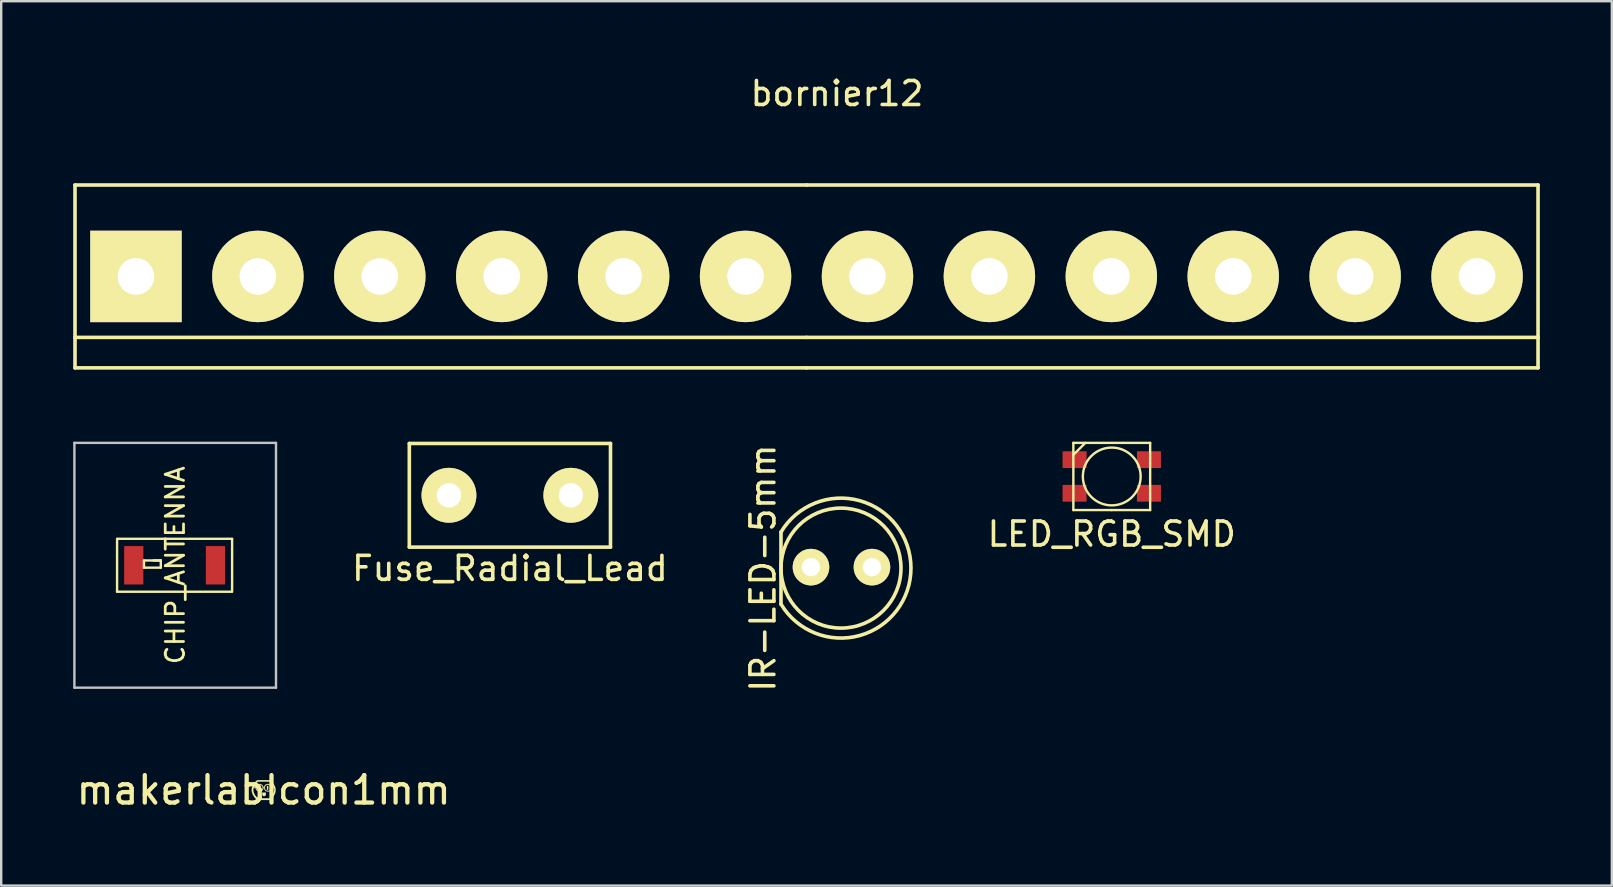
<source format=kicad_pcb>
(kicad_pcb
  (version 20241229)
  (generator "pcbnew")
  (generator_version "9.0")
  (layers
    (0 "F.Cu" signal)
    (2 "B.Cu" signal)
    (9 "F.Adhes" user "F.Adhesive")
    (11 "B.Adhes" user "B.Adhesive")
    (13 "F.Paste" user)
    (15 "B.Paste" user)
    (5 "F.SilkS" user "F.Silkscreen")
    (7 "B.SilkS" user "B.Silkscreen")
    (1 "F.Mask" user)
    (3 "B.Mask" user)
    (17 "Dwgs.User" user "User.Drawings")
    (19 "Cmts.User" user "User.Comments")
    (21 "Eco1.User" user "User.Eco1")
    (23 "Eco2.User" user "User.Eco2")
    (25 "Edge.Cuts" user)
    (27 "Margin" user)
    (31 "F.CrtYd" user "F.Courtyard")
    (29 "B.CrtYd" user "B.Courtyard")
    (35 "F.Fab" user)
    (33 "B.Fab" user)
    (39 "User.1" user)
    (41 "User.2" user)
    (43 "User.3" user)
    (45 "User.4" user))
  (footprint "IR-LED-5mm"
    (layer "F.Cu")
    (at 30.741 23.121)
    (property "Reference" "IR-LED-5mm" (at -2 -2.5 90) (layer "F.SilkS") (effects (font (size 1 1) (thickness 0.15))))
    (attr through_hole)
    (fp_line (start -1.25 -4) (end -1.25 -1) (stroke (width 0.15) (type solid)) (layer "F.SilkS"))
    (fp_arc (start -1.25 -4) (mid 4.165475 -2.501844) (end -1.2481 -0.996838) (stroke (width 0.15) (type solid)) (layer "F.SilkS"))
    (fp_circle (center 1.25 -2.5) (end 3.75 -2.5) (stroke (width 0.15) (type solid)) (fill no) (layer "F.SilkS"))
    (pad "1" thru_hole circle (at 0 -2.54) (size 1.524 1.524) (drill 0.762) (layers "*.Cu" "*.Mask" "F.SilkS"))
    (pad "2" thru_hole circle (at 2.54 -2.54) (size 1.524 1.524) (drill 0.762) (layers "*.Cu" "*.Mask" "F.SilkS")))
  (footprint "LED_RGB_SMD"
    (layer "F.Cu")
    (at 43.273 16.803)
    (property "Reference" "LED_RGB_SMD" (at 0 2.4 0) (layer "F.SilkS") (effects (font (size 1 1) (thickness 0.15))))
    (attr through_hole)
    (fp_line (start -1.6 -1.4) (end -1.6 1.4) (stroke (width 0.1) (type solid)) (layer "F.SilkS"))
    (fp_line (start -1.6 -0.9) (end -1.1 -1.4) (stroke (width 0.1) (type solid)) (layer "F.SilkS"))
    (fp_line (start 0 1.4) (end -1.6 1.4) (stroke (width 0.1) (type solid)) (layer "F.SilkS"))
    (fp_line (start 0 1.4) (end 1.6 1.4) (stroke (width 0.1) (type solid)) (layer "F.SilkS"))
    (fp_line (start 1.6 -1.4) (end -1.6 -1.4) (stroke (width 0.1) (type solid)) (layer "F.SilkS"))
    (fp_line (start 1.6 1.4) (end 1.6 -1.4) (stroke (width 0.1) (type solid)) (layer "F.SilkS"))
    (fp_circle (center 0 0) (end 0.9 -0.8) (stroke (width 0.1) (type solid)) (fill no) (layer "F.SilkS"))
    (pad "1" smd rect (at -1.55 -0.7) (size 1 0.7) (layers "F.Cu" "F.Mask" "F.Paste"))
    (pad "2" smd rect (at -1.55 0.7) (size 1 0.7) (layers "F.Cu" "F.Mask" "F.Paste"))
    (pad "3" smd rect (at 1.55 0.7) (size 1 0.7) (layers "F.Cu" "F.Mask" "F.Paste"))
    (pad "4" smd rect (at 1.55 -0.7) (size 1 0.7) (layers "F.Cu" "F.Mask" "F.Paste")))
  (footprint "CHIP_ANTENNA"
    (layer "F.Cu")
    (at 4.25 20.503)
    (property "Reference" "CHIP_ANTENNA" (at 0 0 90) (layer "F.SilkS") (effects (font (size 0.762 0.762) (thickness 0.114))))
    (attr through_hole)
    (fp_line (start -2.423 1.102) (end 2.362 1.102) (stroke (width 0.1) (type solid)) (layer "F.SilkS"))
    (fp_line (start -2.422 1.1) (end -2.422 -1.1) (stroke (width 0.1) (type solid)) (layer "F.SilkS"))
    (fp_line (start -2.418 -1.102) (end 2.367 -1.102) (stroke (width 0.1) (type solid)) (layer "F.SilkS"))
    (fp_line (start -1.3 -0.2) (end -0.6 -0.2) (stroke (width 0.1) (type solid)) (layer "F.SilkS"))
    (fp_line (start -1.3 0.1) (end -1.3 -0.2) (stroke (width 0.1) (type solid)) (layer "F.SilkS"))
    (fp_line (start -0.9 -0.2) (end -0.6 -0.2) (stroke (width 0.1) (type solid)) (layer "F.SilkS"))
    (fp_line (start -0.6 -0.2) (end -0.6 0.1) (stroke (width 0.1) (type solid)) (layer "F.SilkS"))
    (fp_line (start -0.6 0.1) (end -1.3 0.1) (stroke (width 0.1) (type solid)) (layer "F.SilkS"))
    (fp_line (start 2.371 -1.1) (end 2.371 1.1) (stroke (width 0.1) (type solid)) (layer "F.SilkS"))
    (fp_line (start -4.2 -5.1) (end -4.2 5.1) (stroke (width 0.1) (type solid)) (layer "Dwgs.User"))
    (fp_line (start -4.2 5.1) (end 4.2 5.1) (stroke (width 0.1) (type solid)) (layer "Dwgs.User"))
    (fp_line (start 4.2 -5.1) (end -4.2 -5.1) (stroke (width 0.1) (type solid)) (layer "Dwgs.User"))
    (fp_line (start 4.2 -5.1) (end 4.2 5.1) (stroke (width 0.1) (type solid)) (layer "Dwgs.User"))
    (pad "" smd rect (at 1.676 0) (size 0.8 1.6) (layers "F.Cu" "F.Mask" "F.Paste"))
    (pad "1" smd rect (at -1.727 0) (size 0.8 1.6) (layers "F.Cu" "F.Mask" "F.Paste")))
  (footprint "bornier12"
    (layer "F.Cu")
    (at 30.555 8.468)
    (property "Reference" "bornier12" (at 1.27 -7.62 0) (layer "F.SilkS") (effects (font (size 1 1) (thickness 0.15))))
    (attr through_hole)
    (fp_line (start -30.48 -3.81) (end -30.48 3.81) (stroke (width 0.15) (type solid)) (layer "F.SilkS"))
    (fp_line (start -30.48 -3.81) (end 0 -3.81) (stroke (width 0.15) (type solid)) (layer "F.SilkS"))
    (fp_line (start -30.48 2.54) (end 0 2.54) (stroke (width 0.15) (type solid)) (layer "F.SilkS"))
    (fp_line (start -30.48 3.81) (end 0 3.81) (stroke (width 0.15) (type solid)) (layer "F.SilkS"))
    (fp_line (start 0 -3.81) (end 30.48 -3.81) (stroke (width 0.15) (type solid)) (layer "F.SilkS"))
    (fp_line (start 0 2.54) (end 30.48 2.54) (stroke (width 0.15) (type solid)) (layer "F.SilkS"))
    (fp_line (start 30.48 -3.81) (end 30.48 3.81) (stroke (width 0.15) (type solid)) (layer "F.SilkS"))
    (fp_line (start 30.48 3.81) (end 0 3.81) (stroke (width 0.15) (type solid)) (layer "F.SilkS"))
    (pad "1" thru_hole rect (at -27.94 0) (size 3.81 3.81) (drill 1.524) (layers "*.Cu" "*.Mask" "F.SilkS"))
    (pad "2" thru_hole circle (at -22.86 0) (size 3.81 3.81) (drill 1.524) (layers "*.Cu" "*.Mask" "F.SilkS"))
    (pad "3" thru_hole circle (at -17.78 0) (size 3.81 3.81) (drill 1.524) (layers "*.Cu" "*.Mask" "F.SilkS"))
    (pad "4" thru_hole circle (at -12.7 0) (size 3.81 3.81) (drill 1.524) (layers "*.Cu" "*.Mask" "F.SilkS"))
    (pad "5" thru_hole circle (at -7.62 0) (size 3.81 3.81) (drill 1.524) (layers "*.Cu" "*.Mask" "F.SilkS"))
    (pad "6" thru_hole circle (at -2.54 0) (size 3.81 3.81) (drill 1.524) (layers "*.Cu" "*.Mask" "F.SilkS"))
    (pad "7" thru_hole circle (at 2.54 0) (size 3.81 3.81) (drill 1.524) (layers "*.Cu" "*.Mask" "F.SilkS"))
    (pad "8" thru_hole circle (at 7.62 0) (size 3.81 3.81) (drill 1.524) (layers "*.Cu" "*.Mask" "F.SilkS"))
    (pad "9" thru_hole circle (at 12.7 0) (size 3.81 3.81) (drill 1.524) (layers "*.Cu" "*.Mask" "F.SilkS"))
    (pad "10" thru_hole circle (at 17.78 0) (size 3.81 3.81) (drill 1.524) (layers "*.Cu" "*.Mask" "F.SilkS"))
    (pad "11" thru_hole circle (at 22.86 0) (size 3.81 3.81) (drill 1.524) (layers "*.Cu" "*.Mask" "F.SilkS"))
    (pad "12" thru_hole circle (at 27.94 0) (size 3.81 3.81) (drill 1.524) (layers "*.Cu" "*.Mask" "F.SilkS")))
  (footprint "makerlabIcon1mm"
    (layer "F.Cu")
    (at 7.936 29.87)
    (property "Reference" "makerlabIcon1mm" (at 0 0 0) (layer "F.SilkS") (effects (font (size 1.143 1.143) (thickness 0.178))))
    (attr through_hole)
    (fp_poly (pts (xy -0.132 0.003) (xy -0.16 0.003) (xy -0.188 0.003) (xy -0.188 -0.094) (xy -0.188 -0.193) (xy -0.16 -0.193) (xy -0.132 -0.193) (xy -0.132 -0.094) (xy -0.132 0.003)) (stroke (width 0.003) (type solid)) (fill yes) (layer "F.SilkS"))
    (fp_poly (pts (xy 0.191 -0.013) (xy 0.163 -0.013) (xy 0.137 -0.013) (xy 0.137 -0.091) (xy 0.137 -0.173) (xy 0.163 -0.173) (xy 0.191 -0.173) (xy 0.191 -0.094) (xy 0.191 -0.013)) (stroke (width 0.003) (type solid)) (fill yes) (layer "F.SilkS"))
    (fp_poly (pts (xy 0.091 0.102) (xy 0.091 0.15) (xy 0.091 0.198) (xy 0.086 0.211) (xy 0.079 0.221) (xy 0.069 0.234) (xy 0.058 0.241) (xy 0.046 0.249) (xy 0.041 0.251) (xy 0.028 0.251) (xy 0.015 0.254) (xy 0.005 0.251) (xy -0.005 0.249) (xy -0.02 0.244) (xy -0.033 0.236) (xy -0.043 0.226) (xy -0.051 0.213) (xy -0.056 0.201) (xy -0.056 0.198) (xy -0.056 0.193) (xy -0.056 0.191) (xy -0.058 0.185) (xy -0.058 0.178) (xy -0.058 0.17) (xy -0.058 0.16) (xy -0.058 0.147) (xy -0.058 0.102) (xy 0.018 0.102) (xy 0.091 0.102)) (stroke (width 0.003) (type solid)) (fill yes) (layer "F.SilkS"))
    (fp_poly (pts (xy 0.5 0.008) (xy 0.5 0.02) (xy 0.5 0.033) (xy 0.498 0.043) (xy 0.498 0.046) (xy 0.493 0.076) (xy 0.485 0.107) (xy 0.475 0.137) (xy 0.465 0.165) (xy 0.452 0.193) (xy 0.437 0.216) (xy 0.437 0.008) (xy 0.437 -0.005) (xy 0.437 -0.018) (xy 0.437 -0.033) (xy 0.434 -0.046) (xy 0.434 -0.056) (xy 0.434 -0.061) (xy 0.432 -0.066) (xy 0.432 -0.071) (xy 0.429 -0.076) (xy 0.429 -0.079) (xy 0.424 -0.079) (xy 0.419 -0.079) (xy 0.419 -0.114) (xy 0.419 -0.117) (xy 0.417 -0.124) (xy 0.411 -0.132) (xy 0.409 -0.14) (xy 0.404 -0.15) (xy 0.399 -0.16) (xy 0.396 -0.168) (xy 0.394 -0.173) (xy 0.373 -0.203) (xy 0.353 -0.234) (xy 0.33 -0.262) (xy 0.302 -0.29) (xy 0.274 -0.318) (xy 0.249 -0.338) (xy 0.236 -0.351) (xy -0.003 -0.351) (xy -0.239 -0.351) (xy -0.254 -0.338) (xy -0.259 -0.333) (xy -0.267 -0.325) (xy -0.274 -0.318) (xy -0.282 -0.31) (xy -0.292 -0.302) (xy -0.318 -0.274) (xy -0.34 -0.246) (xy -0.361 -0.218) (xy -0.378 -0.193) (xy -0.394 -0.165) (xy -0.406 -0.135) (xy -0.406 -0.132) (xy -0.409 -0.127) (xy -0.411 -0.122) (xy -0.414 -0.117) (xy -0.414 -0.114) (xy -0.409 -0.114) (xy -0.404 -0.114) (xy -0.396 -0.114) (xy -0.386 -0.114) (xy -0.378 -0.114) (xy -0.368 -0.114) (xy -0.358 -0.114) (xy -0.351 -0.114) (xy -0.343 -0.114) (xy -0.338 -0.114) (xy -0.333 -0.114) (xy -0.33 -0.119) (xy -0.33 -0.124) (xy -0.33 -0.127) (xy -0.323 -0.147) (xy -0.315 -0.168) (xy -0.305 -0.185) (xy -0.292 -0.201) (xy -0.277 -0.216) (xy -0.262 -0.229) (xy -0.241 -0.239) (xy -0.221 -0.246) (xy -0.211 -0.251) (xy -0.206 -0.251) (xy -0.201 -0.254) (xy -0.196 -0.254) (xy -0.191 -0.254) (xy -0.183 -0.254) (xy -0.173 -0.254) (xy -0.17 -0.254) (xy -0.163 -0.254) (xy -0.155 -0.254) (xy -0.147 -0.254) (xy -0.142 -0.254) (xy -0.14 -0.251) (xy -0.135 -0.251) (xy -0.13 -0.249) (xy -0.109 -0.244) (xy -0.089 -0.234) (xy -0.071 -0.221) (xy -0.056 -0.206) (xy -0.041 -0.191) (xy -0.03 -0.173) (xy -0.025 -0.165) (xy -0.023 -0.157) (xy -0.018 -0.147) (xy -0.015 -0.14) (xy -0.013 -0.13) (xy -0.01 -0.117) (xy -0.01 -0.114) (xy -0.008 -0.114) (xy -0.003 -0.114) (xy 0.003 -0.114) (xy 0.015 -0.114) (xy 0.015 -0.124) (xy 0.02 -0.145) (xy 0.028 -0.165) (xy 0.038 -0.183) (xy 0.051 -0.201) (xy 0.066 -0.216) (xy 0.081 -0.229) (xy 0.099 -0.239) (xy 0.104 -0.241) (xy 0.122 -0.249) (xy 0.142 -0.254) (xy 0.16 -0.257) (xy 0.183 -0.259) (xy 0.203 -0.257) (xy 0.224 -0.251) (xy 0.244 -0.244) (xy 0.262 -0.234) (xy 0.279 -0.221) (xy 0.29 -0.211) (xy 0.305 -0.196) (xy 0.315 -0.175) (xy 0.325 -0.157) (xy 0.333 -0.137) (xy 0.335 -0.119) (xy 0.338 -0.114) (xy 0.378 -0.114) (xy 0.419 -0.114) (xy 0.419 -0.079) (xy 0.411 -0.079) (xy 0.401 -0.079) (xy 0.391 -0.079) (xy 0.381 -0.079) (xy 0.371 -0.079) (xy 0.363 -0.079) (xy 0.353 -0.079) (xy 0.345 -0.079) (xy 0.34 -0.079) (xy 0.338 -0.079) (xy 0.335 -0.076) (xy 0.335 -0.074) (xy 0.335 -0.069) (xy 0.335 -0.066) (xy 0.33 -0.046) (xy 0.32 -0.025) (xy 0.31 -0.008) (xy 0.302 0.003) (xy 0.302 -0.094) (xy 0.302 -0.097) (xy 0.302 -0.104) (xy 0.302 -0.112) (xy 0.302 -0.119) (xy 0.3 -0.124) (xy 0.3 -0.127) (xy 0.292 -0.147) (xy 0.284 -0.163) (xy 0.272 -0.178) (xy 0.259 -0.193) (xy 0.244 -0.203) (xy 0.229 -0.211) (xy 0.218 -0.216) (xy 0.208 -0.221) (xy 0.198 -0.221) (xy 0.185 -0.224) (xy 0.175 -0.224) (xy 0.165 -0.224) (xy 0.16 -0.224) (xy 0.155 -0.221) (xy 0.15 -0.221) (xy 0.145 -0.221) (xy 0.142 -0.218) (xy 0.124 -0.213) (xy 0.112 -0.206) (xy 0.099 -0.198) (xy 0.089 -0.188) (xy 0.076 -0.175) (xy 0.066 -0.16) (xy 0.056 -0.142) (xy 0.051 -0.127) (xy 0.051 -0.117) (xy 0.048 -0.107) (xy 0.048 -0.094) (xy 0.048 -0.084) (xy 0.051 -0.074) (xy 0.051 -0.066) (xy 0.058 -0.048) (xy 0.066 -0.03) (xy 0.079 -0.015) (xy 0.091 -0.003) (xy 0.107 0.01) (xy 0.122 0.018) (xy 0.14 0.025) (xy 0.15 0.028) (xy 0.16 0.03) (xy 0.17 0.03) (xy 0.183 0.03) (xy 0.196 0.028) (xy 0.206 0.028) (xy 0.211 0.025) (xy 0.218 0.023) (xy 0.226 0.02) (xy 0.234 0.018) (xy 0.249 0.008) (xy 0.264 -0.005) (xy 0.277 -0.018) (xy 0.287 -0.036) (xy 0.295 -0.053) (xy 0.297 -0.064) (xy 0.3 -0.069) (xy 0.3 -0.074) (xy 0.302 -0.079) (xy 0.302 -0.084) (xy 0.302 -0.094) (xy 0.302 0.003) (xy 0.297 0.01) (xy 0.282 0.025) (xy 0.267 0.038) (xy 0.249 0.048) (xy 0.231 0.056) (xy 0.213 0.061) (xy 0.196 0.064) (xy 0.191 0.064) (xy 0.17 0.066) (xy 0.15 0.064) (xy 0.13 0.058) (xy 0.109 0.051) (xy 0.091 0.041) (xy 0.074 0.028) (xy 0.058 0.015) (xy 0.048 0.003) (xy 0.036 -0.018) (xy 0.025 -0.036) (xy 0.018 -0.056) (xy 0.018 -0.066) (xy 0.015 -0.079) (xy 0.003 -0.079) (xy -0.01 -0.079) (xy -0.01 -0.069) (xy -0.015 -0.051) (xy -0.02 -0.033) (xy -0.028 -0.018) (xy -0.036 -0.003) (xy -0.041 0.003) (xy -0.046 0.008) (xy -0.046 -0.091) (xy -0.046 -0.104) (xy -0.046 -0.114) (xy -0.046 -0.122) (xy -0.048 -0.124) (xy -0.053 -0.142) (xy -0.061 -0.157) (xy -0.074 -0.173) (xy -0.084 -0.185) (xy -0.099 -0.198) (xy -0.114 -0.208) (xy -0.132 -0.213) (xy -0.14 -0.216) (xy -0.152 -0.218) (xy -0.165 -0.221) (xy -0.178 -0.221) (xy -0.191 -0.218) (xy -0.203 -0.216) (xy -0.221 -0.211) (xy -0.239 -0.201) (xy -0.254 -0.191) (xy -0.267 -0.178) (xy -0.277 -0.163) (xy -0.287 -0.145) (xy -0.295 -0.127) (xy -0.295 -0.124) (xy -0.297 -0.114) (xy -0.297 -0.104) (xy -0.297 -0.091) (xy -0.297 -0.079) (xy -0.295 -0.066) (xy -0.295 -0.064) (xy -0.287 -0.043) (xy -0.279 -0.028) (xy -0.269 -0.013) (xy -0.257 0) (xy -0.241 0.013) (xy -0.226 0.02) (xy -0.208 0.028) (xy -0.198 0.03) (xy -0.193 0.033) (xy -0.185 0.033) (xy -0.178 0.033) (xy -0.168 0.033) (xy -0.157 0.033) (xy -0.15 0.033) (xy -0.142 0.03) (xy -0.137 0.028) (xy -0.135 0.028) (xy -0.117 0.023) (xy -0.102 0.013) (xy -0.086 0) (xy -0.074 -0.013) (xy -0.061 -0.028) (xy -0.053 -0.046) (xy -0.048 -0.061) (xy -0.046 -0.069) (xy -0.046 -0.079) (xy -0.046 -0.091) (xy -0.046 0.008) (xy -0.048 0.01) (xy -0.056 0.02) (xy -0.064 0.028) (xy -0.071 0.033) (xy -0.079 0.041) (xy -0.081 0.041) (xy -0.099 0.051) (xy -0.119 0.061) (xy -0.14 0.066) (xy -0.16 0.069) (xy -0.183 0.069) (xy -0.203 0.066) (xy -0.224 0.061) (xy -0.241 0.051) (xy -0.262 0.041) (xy -0.277 0.028) (xy -0.292 0.015) (xy -0.302 0) (xy -0.315 -0.018) (xy -0.323 -0.036) (xy -0.328 -0.056) (xy -0.333 -0.071) (xy -0.333 -0.079) (xy -0.378 -0.079) (xy -0.424 -0.079) (xy -0.427 -0.066) (xy -0.429 -0.033) (xy -0.432 -0.003) (xy -0.429 0.028) (xy -0.424 0.058) (xy -0.417 0.089) (xy -0.406 0.119) (xy -0.391 0.152) (xy -0.389 0.157) (xy -0.373 0.183) (xy -0.356 0.211) (xy -0.338 0.239) (xy -0.315 0.267) (xy -0.292 0.292) (xy -0.267 0.315) (xy -0.251 0.33) (xy -0.239 0.34) (xy -0.003 0.34) (xy 0.234 0.34) (xy 0.251 0.325) (xy 0.262 0.318) (xy 0.272 0.307) (xy 0.284 0.297) (xy 0.295 0.284) (xy 0.307 0.274) (xy 0.318 0.264) (xy 0.325 0.254) (xy 0.33 0.249) (xy 0.353 0.221) (xy 0.371 0.196) (xy 0.389 0.168) (xy 0.401 0.142) (xy 0.414 0.114) (xy 0.424 0.086) (xy 0.432 0.056) (xy 0.437 0.03) (xy 0.437 0.02) (xy 0.437 0.008) (xy 0.437 0.216) (xy 0.434 0.221) (xy 0.417 0.249) (xy 0.396 0.277) (xy 0.381 0.295) (xy 0.373 0.302) (xy 0.366 0.312) (xy 0.356 0.323) (xy 0.345 0.335) (xy 0.333 0.345) (xy 0.323 0.358) (xy 0.31 0.368) (xy 0.3 0.378) (xy 0.29 0.389) (xy 0.279 0.396) (xy 0.259 0.414) (xy -0.005 0.414) (xy -0.269 0.414) (xy -0.279 0.406) (xy -0.305 0.384) (xy -0.33 0.358) (xy -0.356 0.333) (xy -0.381 0.302) (xy -0.401 0.274) (xy -0.422 0.244) (xy -0.439 0.213) (xy -0.455 0.183) (xy -0.467 0.155) (xy -0.478 0.127) (xy -0.485 0.099) (xy -0.493 0.071) (xy -0.495 0.053) (xy -0.495 0.046) (xy -0.498 0.041) (xy -0.498 0.036) (xy -0.498 0.033) (xy -0.498 0.03) (xy -0.498 0.023) (xy -0.498 0.015) (xy -0.5 0.008) (xy -0.5 -0.003) (xy -0.498 -0.036) (xy -0.493 -0.071) (xy -0.488 -0.104) (xy -0.478 -0.137) (xy -0.47 -0.155) (xy -0.46 -0.18) (xy -0.445 -0.208) (xy -0.429 -0.236) (xy -0.411 -0.264) (xy -0.391 -0.29) (xy -0.389 -0.292) (xy -0.376 -0.307) (xy -0.363 -0.323) (xy -0.348 -0.34) (xy -0.33 -0.356) (xy -0.315 -0.371) (xy -0.3 -0.386) (xy -0.292 -0.394) (xy -0.284 -0.399) (xy -0.279 -0.404) (xy -0.277 -0.406) (xy -0.274 -0.409) (xy -0.274 -0.411) (xy -0.272 -0.411) (xy -0.269 -0.411) (xy -0.267 -0.411) (xy -0.264 -0.411) (xy -0.259 -0.411) (xy -0.254 -0.411) (xy -0.246 -0.411) (xy -0.239 -0.411) (xy -0.231 -0.411) (xy -0.218 -0.411) (xy -0.206 -0.414) (xy -0.193 -0.414) (xy -0.175 -0.414) (xy -0.157 -0.414) (xy -0.137 -0.414) (xy -0.114 -0.414) (xy -0.089 -0.414) (xy -0.061 -0.414) (xy -0.03 -0.414) (xy -0.008 -0.414) (xy 0.259 -0.414) (xy 0.269 -0.404) (xy 0.3 -0.378) (xy 0.33 -0.353) (xy 0.358 -0.325) (xy 0.384 -0.295) (xy 0.406 -0.264) (xy 0.414 -0.254) (xy 0.434 -0.221) (xy 0.455 -0.188) (xy 0.47 -0.155) (xy 0.48 -0.122) (xy 0.49 -0.086) (xy 0.498 -0.051) (xy 0.498 -0.041) (xy 0.498 -0.03) (xy 0.5 -0.018) (xy 0.5 -0.005) (xy 0.5 0.008)) (stroke (width 0.003) (type solid)) (fill yes) (layer "F.SilkS")))
  (footprint "Fuse_Radial_Lead"
    (layer "F.Cu")
    (at 18.196 17.587)
    (property "Reference" "Fuse_Radial_Lead" (at 0 3.048 0) (layer "F.SilkS") (effects (font (size 1 1) (thickness 0.15))))
    (attr through_hole)
    (fp_line (start -4.191 -2.159) (end 4.191 -2.159) (stroke (width 0.15) (type solid)) (layer "F.SilkS"))
    (fp_line (start -4.191 2.159) (end -4.191 -2.159) (stroke (width 0.15) (type solid)) (layer "F.SilkS"))
    (fp_line (start 4.191 -2.159) (end 4.191 2.159) (stroke (width 0.15) (type solid)) (layer "F.SilkS"))
    (fp_line (start 4.191 2.159) (end -4.191 2.159) (stroke (width 0.15) (type solid)) (layer "F.SilkS"))
    (pad "1" thru_hole circle (at -2.54 0) (size 2.286 2.286) (drill 1.016) (layers "*.Cu" "*.Mask" "F.SilkS"))
    (pad "2" thru_hole circle (at 2.54 0) (size 2.286 2.286) (drill 1.016) (layers "*.Cu" "*.Mask" "F.SilkS")))
  (gr_rect
    (start -3 -3)
    (end 64.11 33.85)
    (stroke (width 0.1) (type default))
    (fill no)
    (layer "Edge.Cuts")))
</source>
